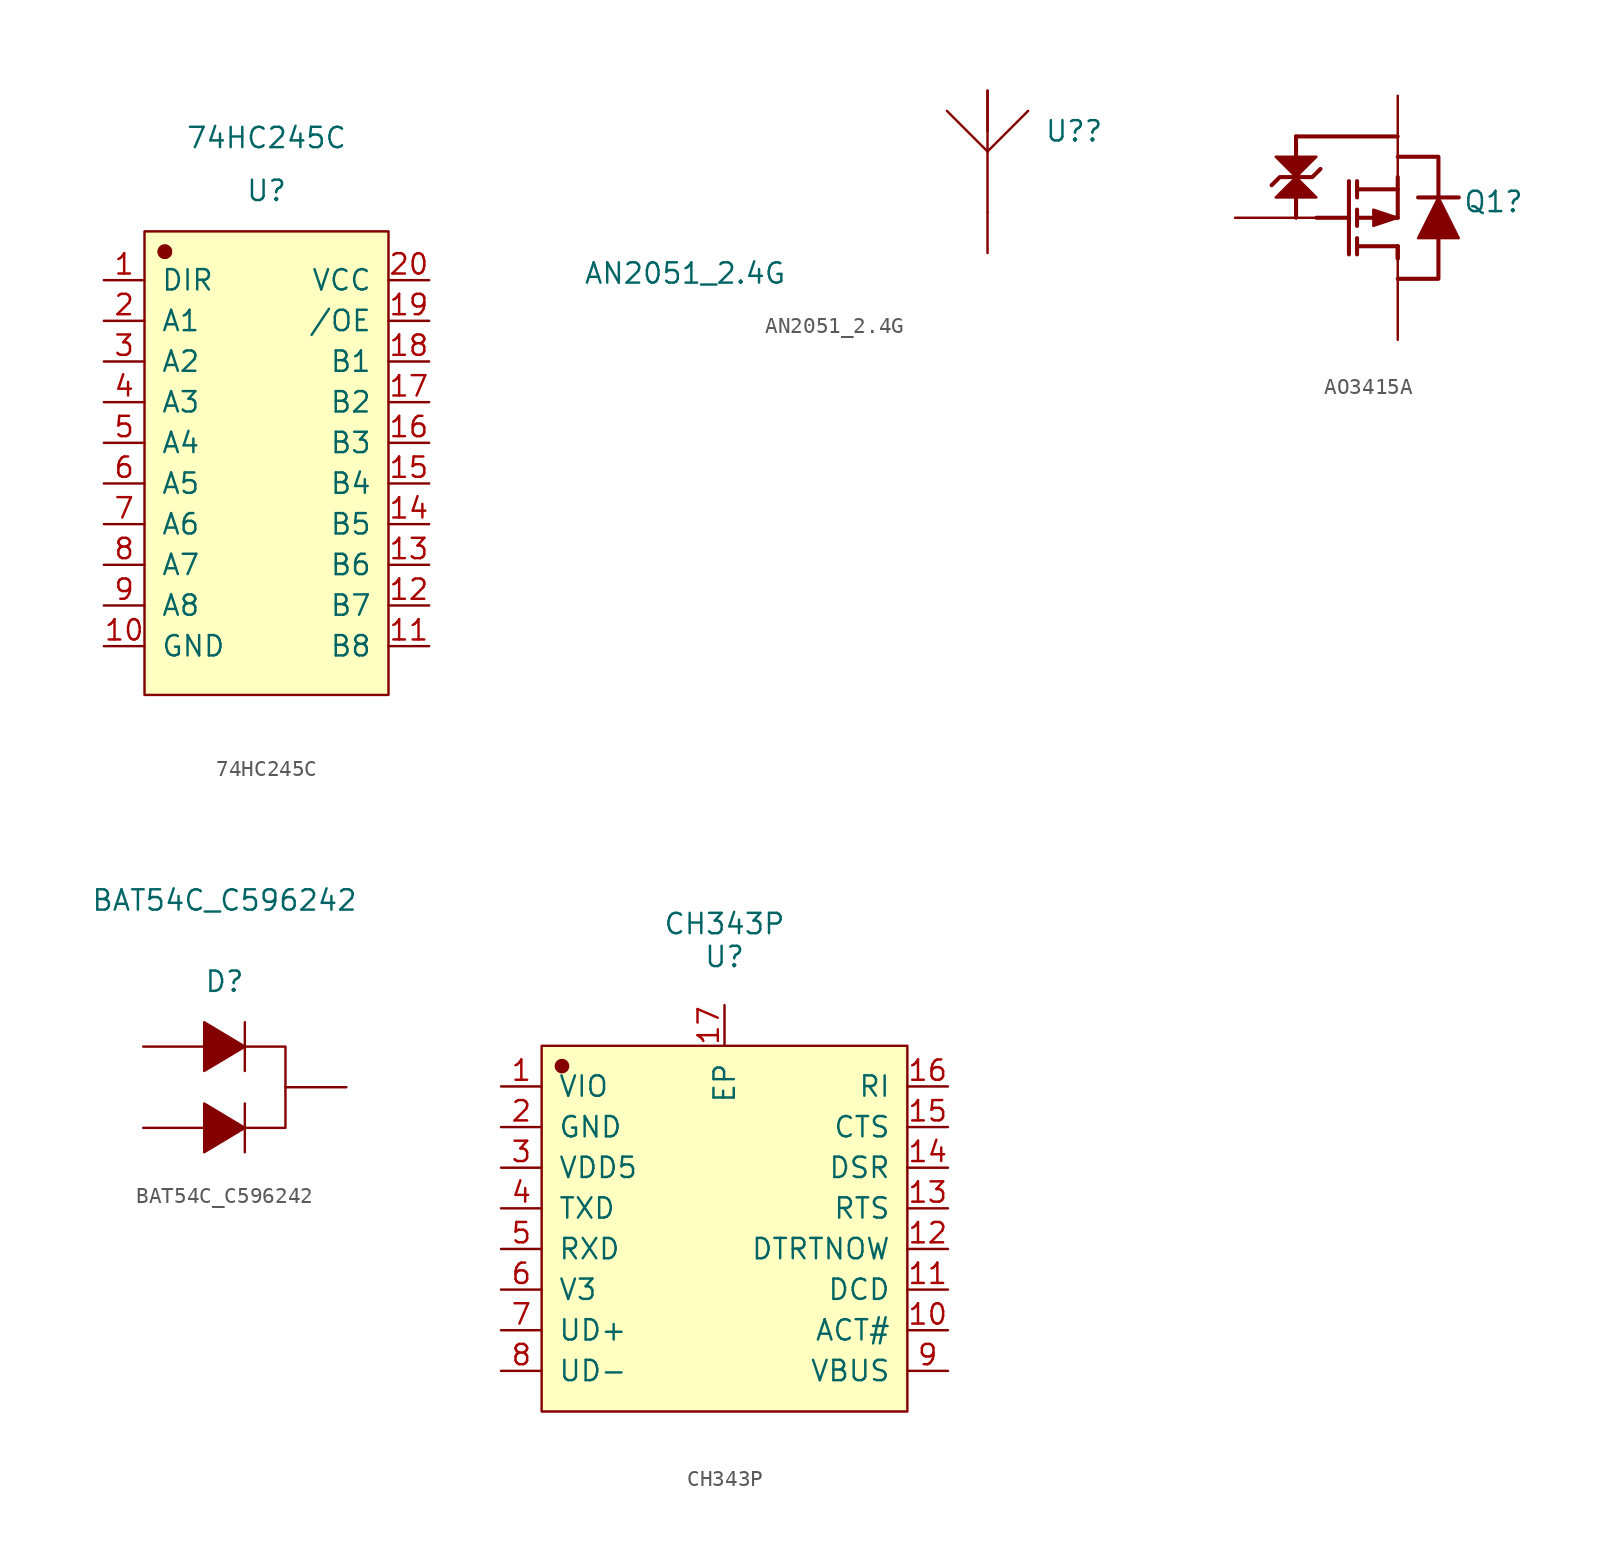
<source format=kicad_sym>
(kicad_symbol_lib
  (version 20220914)
  (generator kicad_symbol_editor)
  (symbol "74HC245C"
    (pin_names
      (offset 1.016))
    (property "Reference" "U"
      (at 0 17.018 0)
      (effects (font (size 1.27 1.27))))
    (property "Value" "74HC245C"
      (at 0 20.32 0)
      (effects (font (size 1.27 1.27))))
    (symbol "74HC245C_1_1"
      (rectangle (start -7.62 14.478) (end 7.62 -14.478) (stroke (width 0.152) (type default)) (fill (type background)))
      (circle (center -6.35 13.208) (radius 0.381) (stroke (width 0.152) (type default)) (fill (type outline)))
      (circle (center -6.35 13.208) (radius 0.381) (stroke (width 0.152) (type default)) (fill (type outline)))
      (pin input line (at -10.16 11.43 0) (length 2.54) (name "DIR" (effects (font (size 1.27 1.27)))) (number "1" (effects (font (size 1.27 1.27)))))
      (pin input line (at -10.16 -11.43 0) (length 2.54) (name "GND" (effects (font (size 1.27 1.27)))) (number "10" (effects (font (size 1.27 1.27)))))
      (pin input line (at 10.16 -11.43 180) (length 2.54) (name "B8" (effects (font (size 1.27 1.27)))) (number "11" (effects (font (size 1.27 1.27)))))
      (pin input line (at 10.16 -8.89 180) (length 2.54) (name "B7" (effects (font (size 1.27 1.27)))) (number "12" (effects (font (size 1.27 1.27)))))
      (pin input line (at 10.16 -6.35 180) (length 2.54) (name "B6" (effects (font (size 1.27 1.27)))) (number "13" (effects (font (size 1.27 1.27)))))
      (pin input line (at 10.16 -3.81 180) (length 2.54) (name "B5" (effects (font (size 1.27 1.27)))) (number "14" (effects (font (size 1.27 1.27)))))
      (pin input line (at 10.16 -1.27 180) (length 2.54) (name "B4" (effects (font (size 1.27 1.27)))) (number "15" (effects (font (size 1.27 1.27)))))
      (pin input line (at 10.16 1.27 180) (length 2.54) (name "B3" (effects (font (size 1.27 1.27)))) (number "16" (effects (font (size 1.27 1.27)))))
      (pin input line (at 10.16 3.81 180) (length 2.54) (name "B2" (effects (font (size 1.27 1.27)))) (number "17" (effects (font (size 1.27 1.27)))))
      (pin input line (at 10.16 6.35 180) (length 2.54) (name "B1" (effects (font (size 1.27 1.27)))) (number "18" (effects (font (size 1.27 1.27)))))
      (pin input line (at 10.16 8.89 180) (length 2.54) (name "/OE" (effects (font (size 1.27 1.27)))) (number "19" (effects (font (size 1.27 1.27)))))
      (pin input line (at -10.16 8.89 0) (length 2.54) (name "A1" (effects (font (size 1.27 1.27)))) (number "2" (effects (font (size 1.27 1.27)))))
      (pin input line (at 10.16 11.43 180) (length 2.54) (name "VCC" (effects (font (size 1.27 1.27)))) (number "20" (effects (font (size 1.27 1.27)))))
      (pin input line (at -10.16 6.35 0) (length 2.54) (name "A2" (effects (font (size 1.27 1.27)))) (number "3" (effects (font (size 1.27 1.27)))))
      (pin input line (at -10.16 3.81 0) (length 2.54) (name "A3" (effects (font (size 1.27 1.27)))) (number "4" (effects (font (size 1.27 1.27)))))
      (pin input line (at -10.16 1.27 0) (length 2.54) (name "A4" (effects (font (size 1.27 1.27)))) (number "5" (effects (font (size 1.27 1.27)))))
      (pin input line (at -10.16 -1.27 0) (length 2.54) (name "A5" (effects (font (size 1.27 1.27)))) (number "6" (effects (font (size 1.27 1.27)))))
      (pin input line (at -10.16 -3.81 0) (length 2.54) (name "A6" (effects (font (size 1.27 1.27)))) (number "7" (effects (font (size 1.27 1.27)))))
      (pin input line (at -10.16 -6.35 0) (length 2.54) (name "A7" (effects (font (size 1.27 1.27)))) (number "8" (effects (font (size 1.27 1.27)))))
      (pin input line (at -10.16 -8.89 0) (length 2.54) (name "A8" (effects (font (size 1.27 1.27)))) (number "9" (effects (font (size 1.27 1.27)))))))
  (symbol "AN2051_2.4G"
    (pin_numbers hide)
    (pin_names
      (offset 1.016) hide)
    (property "Reference" "U?"
      (at 3.556 2.54 0)
      (effects (font (size 1.27 1.27)) (justify left)))
    (property "Value" "AN2051_2.4G"
      (at -25.273 -6.35 0)
      (effects (font (size 1.27 1.27)) (justify left)))
    (symbol "AN2051_2.4G_1_1"
      (polyline (pts (xy 0 1.27) (xy -2.54 3.81)) (stroke (width 0.152) (type default)) (fill (type none)))
      (polyline (pts (xy 0 1.27) (xy 0 -2.54)) (stroke (width 0.152) (type default)) (fill (type none)))
      (polyline (pts (xy 0 1.27) (xy 0 5.08)) (stroke (width 0.152) (type default)) (fill (type none)))
      (polyline (pts (xy 2.54 3.81) (xy 0 1.27)) (stroke (width 0.152) (type default)) (fill (type none)))
      (pin input line (at 0 -5.08 90) (length 2.54) (name "ANT" (effects (font (size 1.27 1.27)))) (number "1" (effects (font (size 1.27 1.27)))))
      (pin input line (at 0 5.08 270) (length 2.54) (name "2" (effects (font (size 1.27 1.27)))) (number "2" (effects (font (size 1.27 1.27)))))))
  (symbol "AO3415A"
    (property "Reference" "Q1"
      (at 7.874 0.254 0)
      (effects (font (size 1.27 1.27)) (justify left bottom)))
    (symbol "AO3415A_1_0"
      (polyline (pts (xy -2.54 0) (xy -2.54 5.08)) (stroke (width 0.254) (type default)) (fill (type none)))
      (polyline (pts (xy -2.54 5.08) (xy 3.81 5.08)) (stroke (width 0.254) (type default)) (fill (type none)))
      (polyline (pts (xy -1.27 0) (xy 0.762 0)) (stroke (width 0.254) (type default)) (fill (type none)))
      (polyline (pts (xy 0.762 -2.286) (xy 0.762 2.286)) (stroke (width 0.254) (type default)) (fill (type none)))
      (polyline (pts (xy 1.27 -2.286) (xy 1.27 -1.27)) (stroke (width 0.254) (type default)) (fill (type none)))
      (polyline (pts (xy 1.27 0.508) (xy 1.27 -0.508)) (stroke (width 0.254) (type default)) (fill (type none)))
      (polyline (pts (xy 1.27 2.286) (xy 1.27 1.27)) (stroke (width 0.254) (type default)) (fill (type none)))
      (polyline (pts (xy 3.81 -1.778) (xy 1.27 -1.778)) (stroke (width 0.254) (type default)) (fill (type none)))
      (polyline (pts (xy 3.81 -1.778) (xy 3.81 -2.54)) (stroke (width 0.254) (type default)) (fill (type none)))
      (polyline (pts (xy 3.81 -1.778) (xy 3.81 -2.54)) (stroke (width 0.254) (type default)) (fill (type none)))
      (polyline (pts (xy 3.81 0) (xy 1.27 0)) (stroke (width 0.254) (type default)) (fill (type none)))
      (polyline (pts (xy 3.81 0) (xy 3.81 2.54)) (stroke (width 0.254) (type default)) (fill (type none)))
      (polyline (pts (xy 3.81 1.778) (xy 1.27 1.778)) (stroke (width 0.254) (type default)) (fill (type none)))
      (polyline (pts (xy 5.08 1.27) (xy 7.62 1.27)) (stroke (width 0.254) (type default)) (fill (type none)))
      (polyline (pts (xy -4.064 2.032) (xy -3.556 2.54) (xy -1.524 2.54) (xy -1.016 3.048)) (stroke (width 0.254) (type default)) (fill (type none)))
      (polyline (pts (xy -3.81 1.27) (xy -1.27 1.27) (xy -2.54 2.54) (xy -3.81 1.27)) (stroke (width 0) (type default)) (fill (type outline)))
      (polyline (pts (xy -2.54 2.54) (xy -3.81 3.81) (xy -1.27 3.81) (xy -2.54 2.54)) (stroke (width 0) (type default)) (fill (type outline)))
      (polyline (pts (xy 3.81 -3.81) (xy 6.35 -3.81) (xy 6.35 3.81) (xy 3.81 3.81)) (stroke (width 0.254) (type default)) (fill (type none)))
      (polyline (pts (xy 3.81 0) (xy 2.286 -0.508) (xy 2.286 0.508) (xy 3.81 0)) (stroke (width 0) (type default)) (fill (type outline)))
      (polyline (pts (xy 5.08 -1.27) (xy 7.62 -1.27) (xy 6.35 1.27) (xy 5.08 -1.27)) (stroke (width 0) (type default)) (fill (type outline)))
      (pin passive line (at -6.35 0 0) (length 5.08) (name "G" (effects (font (size 0 0)))) (number "1" (effects (font (size 0 0)))))
      (pin passive line (at 3.81 7.62 270) (length 5.08) (name "S" (effects (font (size 0 0)))) (number "2" (effects (font (size 0 0)))))
      (pin passive line (at 3.81 -7.62 90) (length 5.08) (name "D" (effects (font (size 0 0)))) (number "3" (effects (font (size 0 0)))))))
  (symbol "BAT54C_C596242"
    (pin_numbers hide)
    (pin_names
      (offset 1.016) hide)
    (property "Reference" "D"
      (at 0 6.604 0)
      (effects (font (size 1.27 1.27))))
    (property "Value" "BAT54C_C596242"
      (at 0 11.684 0)
      (effects (font (size 1.27 1.27))))
    (symbol "BAT54C_C596242_1_1"
      (polyline (pts (xy 1.27 -1.016) (xy 1.27 -4.064)) (stroke (width 0.152) (type default)) (fill (type none)))
      (polyline (pts (xy 1.27 4.064) (xy 1.27 1.016)) (stroke (width 0.152) (type default)) (fill (type none)))
      (polyline (pts (xy -1.27 -4.064) (xy 1.27 -2.54) (xy -1.27 -1.016) (xy -1.27 -4.064)) (stroke (width 0.152) (type default)) (fill (type outline)))
      (polyline (pts (xy -1.27 1.016) (xy 1.27 2.54) (xy -1.27 4.064) (xy -1.27 1.016)) (stroke (width 0.152) (type default)) (fill (type outline)))
      (polyline (pts (xy 1.27 2.54) (xy 3.81 2.54) (xy 3.81 -2.54) (xy 1.27 -2.54)) (stroke (width 0.152) (type default)) (fill (type none)))
      (pin input line (at -5.08 2.54 0) (length 3.81) (name "A" (effects (font (size 1.27 1.27)))) (number "1" (effects (font (size 1.27 1.27)))))
      (pin input line (at -5.08 -2.54 0) (length 3.81) (name "A" (effects (font (size 1.27 1.27)))) (number "2" (effects (font (size 1.27 1.27)))))
      (pin input line (at 7.62 0 180) (length 3.81) (name "K" (effects (font (size 1.27 1.27)))) (number "3" (effects (font (size 1.27 1.27)))))))
  (symbol "CH343P"
    (pin_names
      (offset 1.016))
    (property "Reference" "U"
      (at 0 16.993 0)
      (effects (font (size 1.27 1.27))))
    (property "Value" "CH343P"
      (at 0 19.05 0)
      (effects (font (size 1.27 1.27))))
    (symbol "CH343P_1_1"
      (rectangle (start -11.43 11.43) (end 11.43 -11.43) (stroke (width 0.152) (type default)) (fill (type background)))
      (circle (center -10.16 10.16) (radius 0.381) (stroke (width 0.152) (type default)) (fill (type outline)))
      (pin input line (at -13.97 8.89 0) (length 2.54) (name "VIO" (effects (font (size 1.27 1.27)))) (number "1" (effects (font (size 1.27 1.27)))))
      (pin input line (at 13.97 -6.35 180) (length 2.54) (name "ACT#" (effects (font (size 1.27 1.27)))) (number "10" (effects (font (size 1.27 1.27)))))
      (pin input line (at 13.97 -3.81 180) (length 2.54) (name "DCD" (effects (font (size 1.27 1.27)))) (number "11" (effects (font (size 1.27 1.27)))))
      (pin input line (at 13.97 -1.27 180) (length 2.54) (name "DTRTNOW" (effects (font (size 1.27 1.27)))) (number "12" (effects (font (size 1.27 1.27)))))
      (pin input line (at 13.97 1.27 180) (length 2.54) (name "RTS" (effects (font (size 1.27 1.27)))) (number "13" (effects (font (size 1.27 1.27)))))
      (pin input line (at 13.97 3.81 180) (length 2.54) (name "DSR" (effects (font (size 1.27 1.27)))) (number "14" (effects (font (size 1.27 1.27)))))
      (pin input line (at 13.97 6.35 180) (length 2.54) (name "CTS" (effects (font (size 1.27 1.27)))) (number "15" (effects (font (size 1.27 1.27)))))
      (pin input line (at 13.97 8.89 180) (length 2.54) (name "RI" (effects (font (size 1.27 1.27)))) (number "16" (effects (font (size 1.27 1.27)))))
      (pin input line (at 0 13.97 270) (length 2.54) (name "EP" (effects (font (size 1.27 1.27)))) (number "17" (effects (font (size 1.27 1.27)))))
      (pin input line (at -13.97 6.35 0) (length 2.54) (name "GND" (effects (font (size 1.27 1.27)))) (number "2" (effects (font (size 1.27 1.27)))))
      (pin input line (at -13.97 3.81 0) (length 2.54) (name "VDD5" (effects (font (size 1.27 1.27)))) (number "3" (effects (font (size 1.27 1.27)))))
      (pin input line (at -13.97 1.27 0) (length 2.54) (name "TXD" (effects (font (size 1.27 1.27)))) (number "4" (effects (font (size 1.27 1.27)))))
      (pin input line (at -13.97 -1.27 0) (length 2.54) (name "RXD" (effects (font (size 1.27 1.27)))) (number "5" (effects (font (size 1.27 1.27)))))
      (pin input line (at -13.97 -3.81 0) (length 2.54) (name "V3" (effects (font (size 1.27 1.27)))) (number "6" (effects (font (size 1.27 1.27)))))
      (pin input line (at -13.97 -6.35 0) (length 2.54) (name "UD+" (effects (font (size 1.27 1.27)))) (number "7" (effects (font (size 1.27 1.27)))))
      (pin input line (at -13.97 -8.89 0) (length 2.54) (name "UD-" (effects (font (size 1.27 1.27)))) (number "8" (effects (font (size 1.27 1.27)))))
      (pin input line (at 13.97 -8.89 180) (length 2.54) (name "VBUS" (effects (font (size 1.27 1.27)))) (number "9" (effects (font (size 1.27 1.27))))))))
</source>
